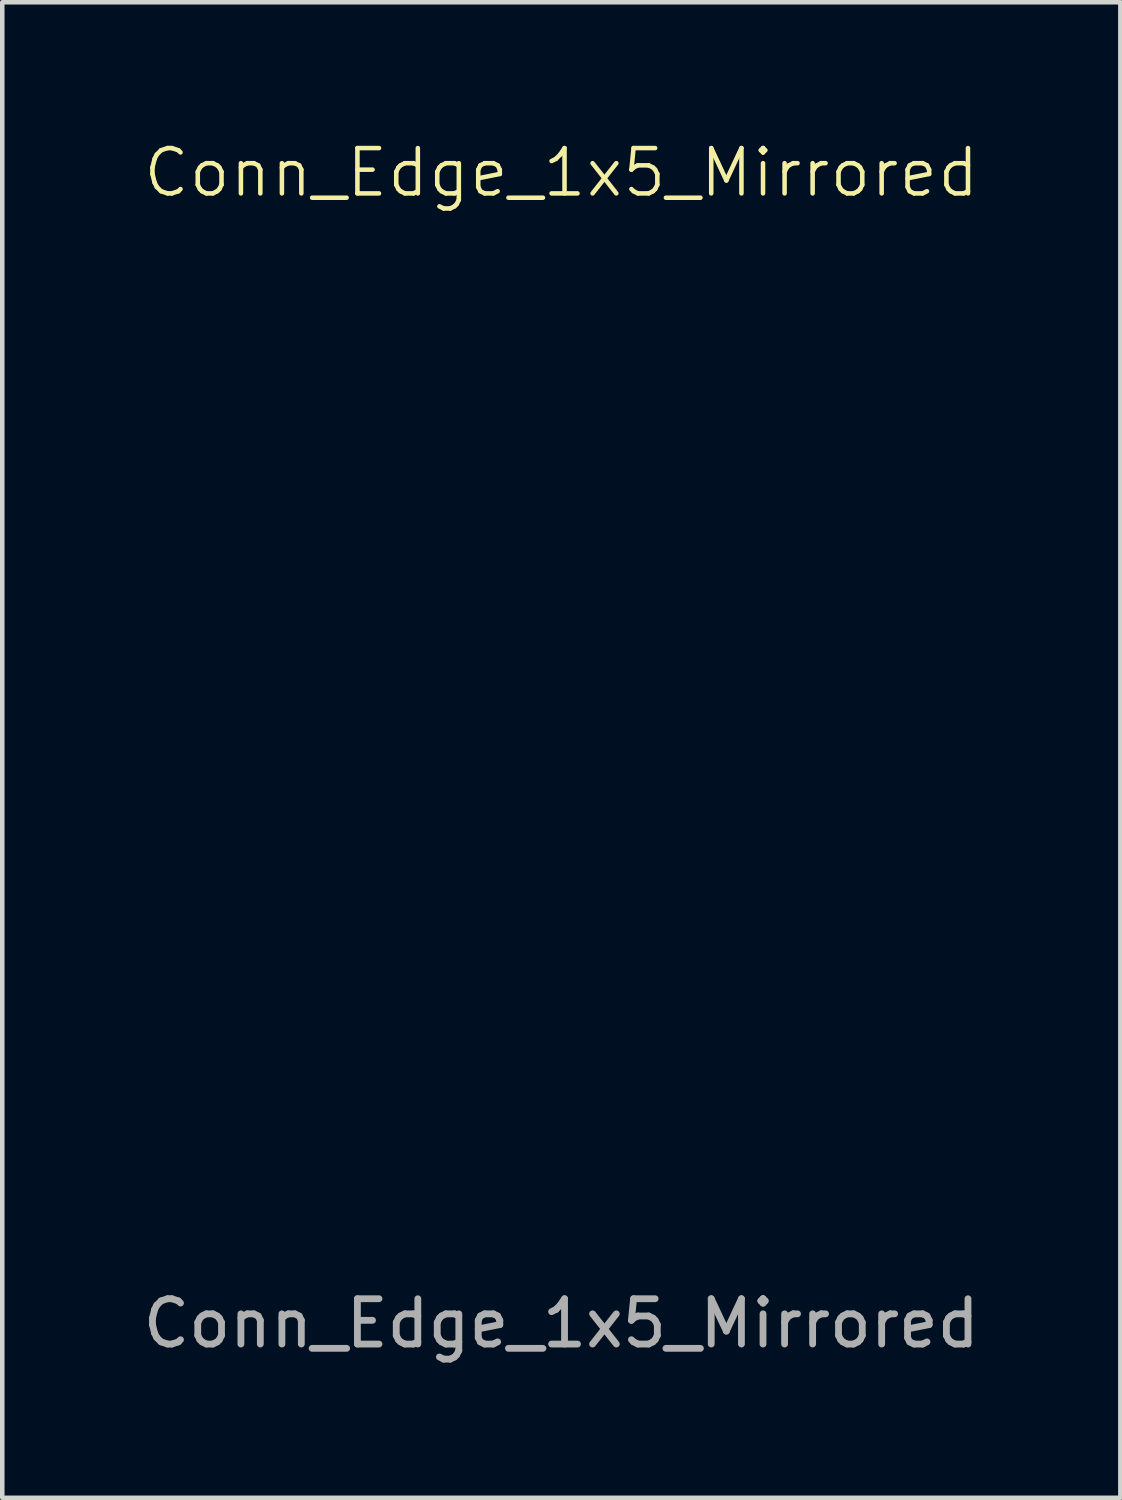
<source format=kicad_pcb>
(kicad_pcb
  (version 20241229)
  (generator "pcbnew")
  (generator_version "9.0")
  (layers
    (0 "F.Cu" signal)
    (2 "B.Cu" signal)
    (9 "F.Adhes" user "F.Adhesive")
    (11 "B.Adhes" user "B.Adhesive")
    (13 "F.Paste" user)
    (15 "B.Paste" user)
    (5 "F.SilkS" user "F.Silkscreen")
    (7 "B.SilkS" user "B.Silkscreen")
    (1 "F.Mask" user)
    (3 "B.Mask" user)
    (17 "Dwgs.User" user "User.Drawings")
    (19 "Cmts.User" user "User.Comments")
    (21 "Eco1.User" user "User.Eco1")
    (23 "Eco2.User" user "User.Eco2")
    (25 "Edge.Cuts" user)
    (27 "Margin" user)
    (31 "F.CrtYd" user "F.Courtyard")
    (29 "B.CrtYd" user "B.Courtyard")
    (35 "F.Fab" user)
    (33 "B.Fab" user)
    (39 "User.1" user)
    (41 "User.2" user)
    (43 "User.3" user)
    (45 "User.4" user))
  (footprint "Conn_Edge_1x5_Mirrored"
    (layer "F.Cu")
    (at 9.339 10.921)
    (property "Reference" "Conn_Edge_1x5_Mirrored" (at 0 -10.16 0) (unlocked yes) (layer "F.SilkS") (effects (font (size 1 1) (thickness 0.1))))
    (attr exclude_from_pos_files exclude_from_bom)
    (fp_text user "${REFERENCE}" (at 0 15.24 0) (unlocked yes) (layer "F.Fab") (effects (font (size 1 1) (thickness 0.15)))))
  (gr_rect
    (start -3 -3)
    (end 21.679 30.009)
    (stroke (width 0.1) (type default))
    (fill no)
    (layer "Edge.Cuts")))
</source>
